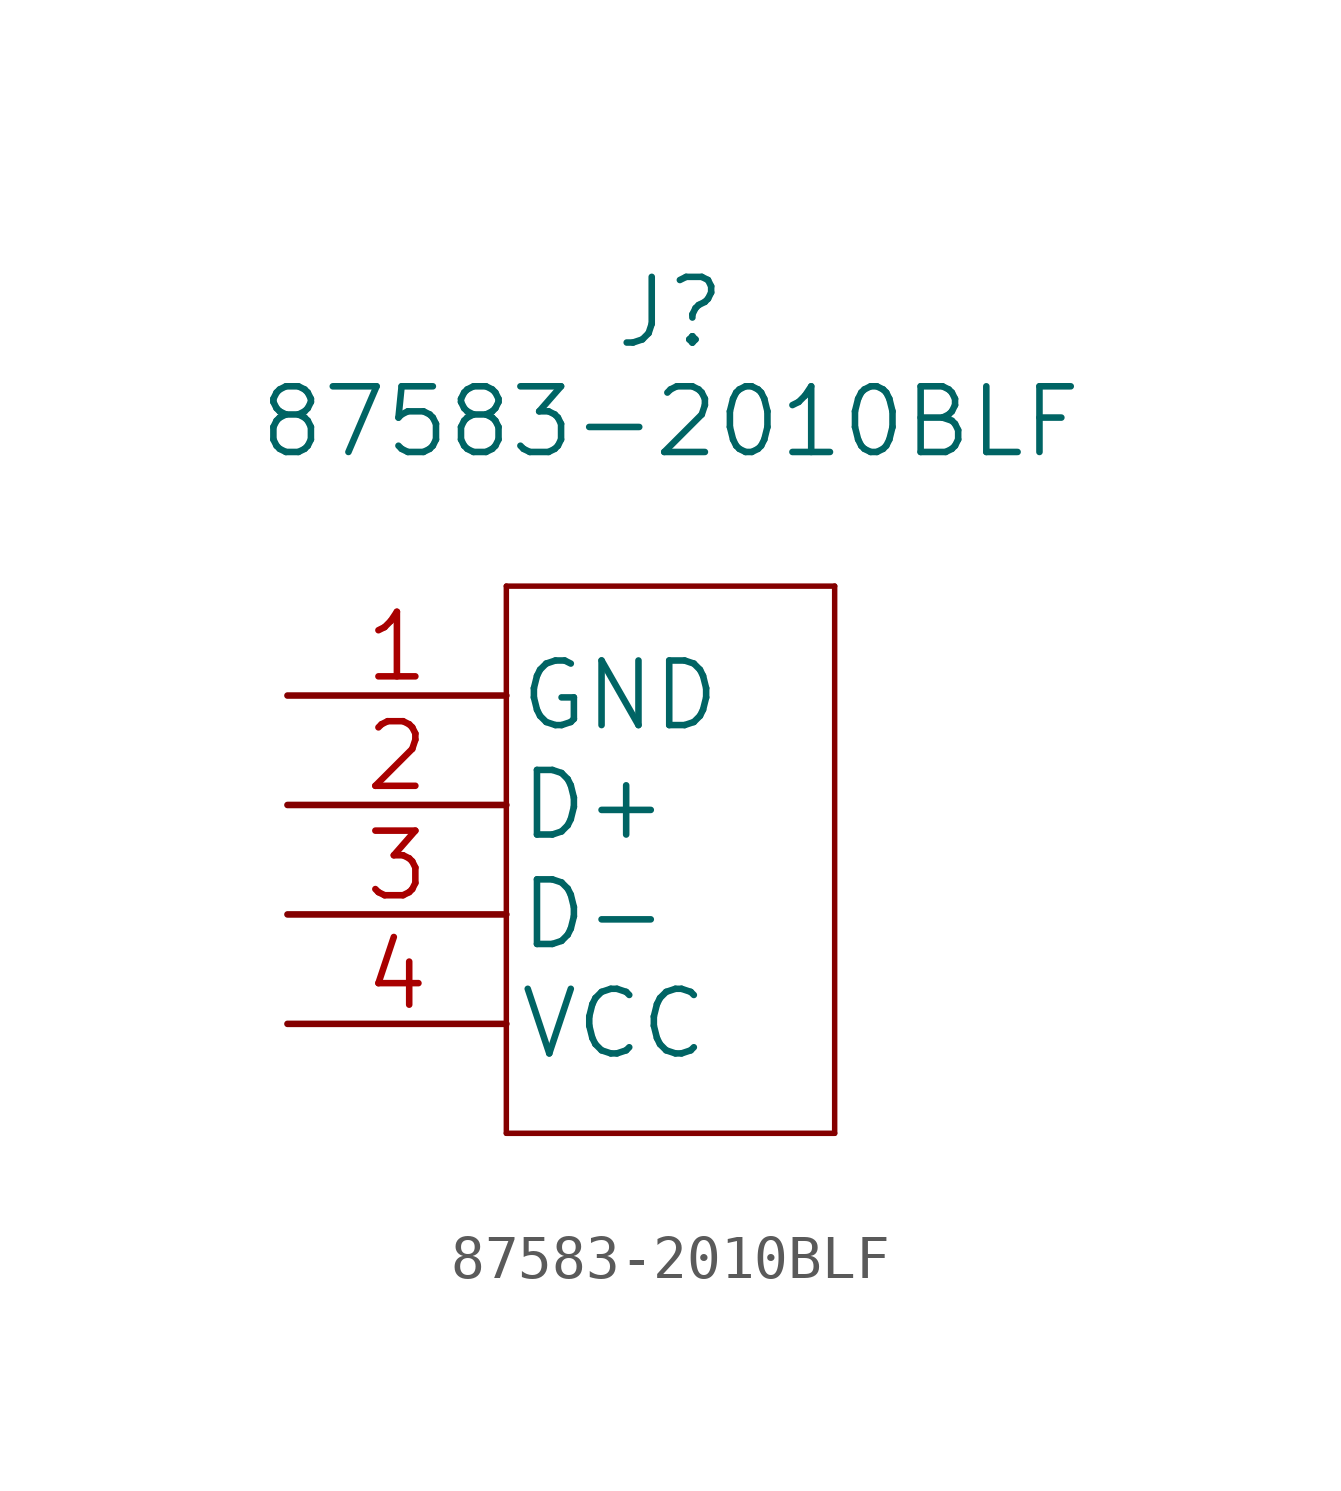
<source format=kicad_sym>
(kicad_symbol_lib
  (version 20220328)
  (generator kicad_symbol_editor)
  (symbol "87583-2010BLF"
    (pin_names
      (offset 0.254))
    (property "Reference" "J"
      (at 0 12.7 0)
      (effects (font (size 1.524 1.524))))
    (property "Value" "87583-2010BLF"
      (at 0 10.16 0)
      (effects (font (size 1.524 1.524))))
    (symbol "87583-2010BLF_1_1"
      (polyline (pts (xy -3.81 -6.35) (xy 3.81 -6.35)) (stroke (width 0.127) (type solid)) (fill (type none)))
      (polyline (pts (xy -3.81 6.35) (xy -3.81 -6.35)) (stroke (width 0.127) (type solid)) (fill (type none)))
      (polyline (pts (xy 3.81 -6.35) (xy 3.81 6.35)) (stroke (width 0.127) (type solid)) (fill (type none)))
      (polyline (pts (xy 3.81 6.35) (xy -3.81 6.35)) (stroke (width 0.127) (type solid)) (fill (type none)))
      (pin power_in line (at -8.89 3.81 0) (length 5.08) (name "GND" (effects (font (size 1.499 1.499)))) (number "1" (effects (font (size 1.499 1.499)))))
      (pin output line (at -8.89 1.27 0) (length 5.08) (name "D+" (effects (font (size 1.499 1.499)))) (number "2" (effects (font (size 1.499 1.499)))))
      (pin input line (at -8.89 -1.27 0) (length 5.08) (name "D-" (effects (font (size 1.499 1.499)))) (number "3" (effects (font (size 1.499 1.499)))))
      (pin power_out line (at -8.89 -3.81 0) (length 5.08) (name "VCC" (effects (font (size 1.499 1.499)))) (number "4" (effects (font (size 1.499 1.499))))))))
</source>
